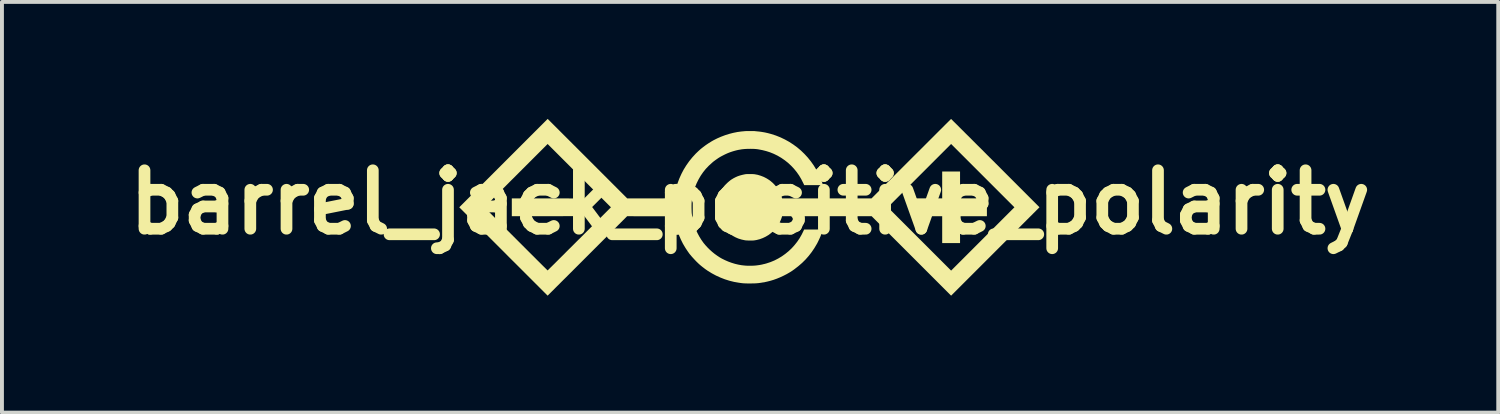
<source format=kicad_pcb>
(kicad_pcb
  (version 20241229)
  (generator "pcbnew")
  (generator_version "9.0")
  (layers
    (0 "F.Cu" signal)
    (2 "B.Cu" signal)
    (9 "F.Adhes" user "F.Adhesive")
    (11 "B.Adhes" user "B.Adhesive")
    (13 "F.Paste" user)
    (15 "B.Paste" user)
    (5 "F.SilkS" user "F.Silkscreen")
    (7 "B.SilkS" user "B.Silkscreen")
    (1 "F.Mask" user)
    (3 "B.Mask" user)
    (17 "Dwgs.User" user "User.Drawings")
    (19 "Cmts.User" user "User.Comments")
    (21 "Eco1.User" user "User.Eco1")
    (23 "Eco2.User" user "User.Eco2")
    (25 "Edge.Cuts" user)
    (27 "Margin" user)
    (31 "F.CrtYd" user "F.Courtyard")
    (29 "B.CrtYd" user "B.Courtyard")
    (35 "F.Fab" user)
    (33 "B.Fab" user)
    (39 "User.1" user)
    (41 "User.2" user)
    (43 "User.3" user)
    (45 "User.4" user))
  (footprint "barrel_jack_positive_polarity"
    (layer "F.Cu")
    (at 16.193 2.14)
    (property "Reference" "barrel_jack_positive_polarity" (at 0 0 0) (layer "F.SilkS") (effects (font (size 1.5 1.5) (thickness 0.3))))
    (attr board_only exclude_from_pos_files exclude_from_bom)
    (fp_poly (pts (xy -5.194 -0.1) (xy -4.275 -0.099) (xy -4.275 0.128) (xy -4.275 0.355) (xy -5.194 0.356) (xy -6.113 0.357) (xy -6.113 0.128) (xy -6.113 -0.101)) (stroke (width 0) (type solid)) (fill yes) (layer "F.SilkS"))
    (fp_poly (pts (xy 5.386 -0.445) (xy 5.386 -0.101) (xy 5.73 -0.101) (xy 6.075 -0.101) (xy 6.075 0.128) (xy 6.075 0.357) (xy 5.73 0.357) (xy 5.386 0.357) (xy 5.386 0.702) (xy 5.386 1.046) (xy 5.157 1.046) (xy 4.928 1.046) (xy 4.928 0.702) (xy 4.928 0.357) (xy 4.583 0.357) (xy 4.239 0.357) (xy 4.239 0.128) (xy 4.239 -0.101) (xy 4.583 -0.101) (xy 4.928 -0.101) (xy 4.928 -0.445) (xy 4.928 -0.79) (xy 5.157 -0.79) (xy 5.386 -0.79)) (stroke (width 0) (type solid)) (fill yes) (layer "F.SilkS"))
    (fp_poly (pts (xy 5.159 -2.135) (xy 5.168 -2.127) (xy 5.183 -2.113) (xy 5.202 -2.093) (xy 5.227 -2.068) (xy 5.257 -2.039) (xy 5.292 -2.004) (xy 5.331 -1.966) (xy 5.374 -1.922) (xy 5.421 -1.875) (xy 5.473 -1.824) (xy 5.527 -1.769) (xy 5.586 -1.711) (xy 5.648 -1.649) (xy 5.713 -1.584) (xy 5.78 -1.517) (xy 5.851 -1.446) (xy 5.924 -1.374) (xy 5.999 -1.299) (xy 6.076 -1.221) (xy 6.155 -1.142) (xy 6.236 -1.062) (xy 6.292 -1.006) (xy 7.424 0.127) (xy 6.291 1.261) (xy 5.157 2.395) (xy 4.138 1.376) (xy 3.119 0.357) (xy 1.97 0.357) (xy 0.821 0.357) (xy 0.807 0.401) (xy 0.795 0.435) (xy 0.779 0.473) (xy 0.76 0.513) (xy 0.739 0.551) (xy 0.719 0.586) (xy 0.708 0.603) (xy 0.657 0.671) (xy 0.6 0.733) (xy 0.538 0.789) (xy 0.472 0.839) (xy 0.401 0.881) (xy 0.326 0.917) (xy 0.248 0.946) (xy 0.167 0.967) (xy 0.1 0.978) (xy 0.079 0.979) (xy 0.052 0.981) (xy 0.02 0.981) (xy -0.013 0.981) (xy -0.047 0.98) (xy -0.079 0.979) (xy -0.108 0.977) (xy -0.131 0.974) (xy -0.137 0.973) (xy -0.22 0.955) (xy -0.301 0.93) (xy -0.377 0.897) (xy -0.45 0.857) (xy -0.518 0.811) (xy -0.581 0.758) (xy -0.639 0.7) (xy -0.692 0.636) (xy -0.738 0.566) (xy -0.767 0.512) (xy -0.802 0.435) (xy -0.828 0.359) (xy -0.846 0.281) (xy -0.856 0.201) (xy -0.859 0.128) (xy -0.859 0.128) (xy 3.533 0.128) (xy 4.345 0.94) (xy 5.157 1.752) (xy 5.969 0.94) (xy 6.781 0.128) (xy 5.969 -0.684) (xy 5.157 -1.496) (xy 4.345 -0.684) (xy 3.533 0.128) (xy -0.859 0.128) (xy -0.855 0.043) (xy -0.842 -0.04) (xy -0.822 -0.121) (xy -0.794 -0.2) (xy -0.757 -0.276) (xy -0.714 -0.349) (xy -0.681 -0.395) (xy -0.653 -0.43) (xy -0.618 -0.466) (xy -0.58 -0.503) (xy -0.541 -0.537) (xy -0.502 -0.568) (xy -0.481 -0.583) (xy -0.427 -0.616) (xy -0.373 -0.644) (xy -0.317 -0.669) (xy -0.257 -0.689) (xy -0.192 -0.706) (xy -0.122 -0.721) (xy -0.108 -0.722) (xy -0.087 -0.724) (xy -0.061 -0.725) (xy -0.032 -0.725) (xy -0.001 -0.725) (xy 0.03 -0.725) (xy 0.059 -0.724) (xy 0.085 -0.723) (xy 0.106 -0.721) (xy 0.116 -0.72) (xy 0.196 -0.705) (xy 0.274 -0.681) (xy 0.351 -0.651) (xy 0.423 -0.614) (xy 0.491 -0.571) (xy 0.521 -0.549) (xy 0.583 -0.496) (xy 0.64 -0.437) (xy 0.69 -0.373) (xy 0.735 -0.305) (xy 0.772 -0.234) (xy 0.802 -0.16) (xy 0.805 -0.15) (xy 0.821 -0.101) (xy 1.969 -0.101) (xy 3.116 -0.101) (xy 4.135 -1.12) (xy 4.212 -1.197) (xy 4.288 -1.273) (xy 4.363 -1.347) (xy 4.435 -1.419) (xy 4.505 -1.489) (xy 4.573 -1.557) (xy 4.638 -1.622) (xy 4.7 -1.684) (xy 4.759 -1.743) (xy 4.815 -1.799) (xy 4.868 -1.852) (xy 4.917 -1.9) (xy 4.962 -1.945) (xy 5.002 -1.986) (xy 5.039 -2.022) (xy 5.071 -2.054) (xy 5.098 -2.081) (xy 5.121 -2.103) (xy 5.138 -2.12) (xy 5.149 -2.132) (xy 5.155 -2.138) (xy 5.156 -2.138)) (stroke (width 0) (type solid)) (fill yes) (layer "F.SilkS"))
    (fp_poly (pts (xy -4.173 -1.121) (xy -3.153 -0.101) (xy -2.551 -0.101) (xy -2.481 -0.101) (xy -2.413 -0.101) (xy -2.348 -0.101) (xy -2.285 -0.101) (xy -2.227 -0.101) (xy -2.173 -0.102) (xy -2.124 -0.102) (xy -2.079 -0.102) (xy -2.041 -0.102) (xy -2.008 -0.103) (xy -1.982 -0.103) (xy -1.963 -0.103) (xy -1.951 -0.104) (xy -1.948 -0.104) (xy -1.946 -0.11) (xy -1.945 -0.121) (xy -1.943 -0.13) (xy -1.942 -0.145) (xy -1.94 -0.159) (xy -1.939 -0.164) (xy -1.937 -0.175) (xy -1.935 -0.189) (xy -1.935 -0.19) (xy -1.931 -0.211) (xy -1.926 -0.238) (xy -1.92 -0.269) (xy -1.913 -0.301) (xy -1.905 -0.332) (xy -1.898 -0.361) (xy -1.897 -0.368) (xy -1.86 -0.491) (xy -1.815 -0.611) (xy -1.763 -0.727) (xy -1.704 -0.84) (xy -1.637 -0.948) (xy -1.563 -1.053) (xy -1.482 -1.153) (xy -1.393 -1.25) (xy -1.321 -1.319) (xy -1.265 -1.369) (xy -1.203 -1.418) (xy -1.136 -1.468) (xy -1.066 -1.515) (xy -0.994 -1.56) (xy -0.938 -1.592) (xy -0.843 -1.64) (xy -0.744 -1.683) (xy -0.641 -1.722) (xy -0.536 -1.755) (xy -0.431 -1.782) (xy -0.327 -1.803) (xy -0.225 -1.817) (xy -0.179 -1.821) (xy -0.16 -1.823) (xy -0.143 -1.824) (xy -0.131 -1.826) (xy -0.13 -1.826) (xy -0.122 -1.826) (xy -0.107 -1.827) (xy -0.087 -1.827) (xy -0.062 -1.828) (xy -0.035 -1.828) (xy -0.006 -1.828) (xy 0.023 -1.828) (xy 0.051 -1.828) (xy 0.076 -1.827) (xy 0.097 -1.827) (xy 0.113 -1.827) (xy 0.123 -1.826) (xy 0.124 -1.826) (xy 0.132 -1.825) (xy 0.146 -1.823) (xy 0.163 -1.822) (xy 0.166 -1.821) (xy 0.201 -1.818) (xy 0.239 -1.814) (xy 0.277 -1.809) (xy 0.31 -1.804) (xy 0.331 -1.8) (xy 0.34 -1.799) (xy 0.352 -1.797) (xy 0.357 -1.796) (xy 0.379 -1.792) (xy 0.406 -1.786) (xy 0.437 -1.779) (xy 0.471 -1.771) (xy 0.504 -1.762) (xy 0.534 -1.754) (xy 0.541 -1.752) (xy 0.662 -1.713) (xy 0.779 -1.666) (xy 0.892 -1.612) (xy 1.002 -1.551) (xy 1.107 -1.483) (xy 1.208 -1.409) (xy 1.304 -1.328) (xy 1.394 -1.241) (xy 1.479 -1.149) (xy 1.558 -1.051) (xy 1.631 -0.948) (xy 1.697 -0.84) (xy 1.73 -0.781) (xy 1.75 -0.74) (xy 1.772 -0.696) (xy 1.792 -0.649) (xy 1.812 -0.603) (xy 1.83 -0.558) (xy 1.845 -0.517) (xy 1.857 -0.481) (xy 1.858 -0.479) (xy 1.862 -0.464) (xy 1.866 -0.453) (xy 1.867 -0.446) (xy 1.866 -0.445) (xy 1.862 -0.444) (xy 1.853 -0.443) (xy 1.839 -0.443) (xy 1.82 -0.442) (xy 1.796 -0.442) (xy 1.765 -0.441) (xy 1.728 -0.441) (xy 1.683 -0.441) (xy 1.631 -0.441) (xy 1.628 -0.441) (xy 1.388 -0.441) (xy 1.365 -0.49) (xy 1.314 -0.591) (xy 1.258 -0.686) (xy 1.195 -0.776) (xy 1.125 -0.862) (xy 1.054 -0.937) (xy 0.975 -1.011) (xy 0.889 -1.079) (xy 0.799 -1.141) (xy 0.705 -1.196) (xy 0.607 -1.244) (xy 0.51 -1.283) (xy 0.417 -1.313) (xy 0.319 -1.338) (xy 0.215 -1.358) (xy 0.181 -1.363) (xy 0.144 -1.367) (xy 0.102 -1.37) (xy 0.056 -1.371) (xy 0.006 -1.372) (xy -0.044 -1.371) (xy -0.093 -1.37) (xy -0.14 -1.367) (xy -0.182 -1.363) (xy -0.218 -1.359) (xy -0.229 -1.357) (xy -0.245 -1.354) (xy -0.26 -1.351) (xy -0.265 -1.351) (xy -0.308 -1.343) (xy -0.356 -1.332) (xy -0.408 -1.318) (xy -0.461 -1.302) (xy -0.514 -1.284) (xy -0.54 -1.274) (xy -0.571 -1.262) (xy -0.607 -1.246) (xy -0.646 -1.228) (xy -0.685 -1.208) (xy -0.724 -1.188) (xy -0.759 -1.169) (xy -0.79 -1.151) (xy -0.799 -1.145) (xy -0.817 -1.134) (xy -0.838 -1.119) (xy -0.861 -1.103) (xy -0.884 -1.087) (xy -0.905 -1.071) (xy -0.925 -1.057) (xy -0.94 -1.045) (xy -0.95 -1.037) (xy -0.95 -1.037) (xy -0.956 -1.032) (xy -0.966 -1.023) (xy -0.979 -1.012) (xy -0.983 -1.008) (xy -1.063 -0.935) (xy -1.138 -0.856) (xy -1.206 -0.771) (xy -1.268 -0.681) (xy -1.323 -0.586) (xy -1.372 -0.487) (xy -1.414 -0.384) (xy -1.448 -0.278) (xy -1.461 -0.229) (xy -1.471 -0.186) (xy -1.48 -0.136) (xy -1.489 -0.082) (xy -1.497 -0.023) (xy -1.498 -0.011) (xy -1.5 0.011) (xy -1.501 0.038) (xy -1.502 0.071) (xy -1.502 0.107) (xy -1.502 0.144) (xy -1.501 0.182) (xy -1.5 0.218) (xy -1.499 0.252) (xy -1.497 0.28) (xy -1.494 0.302) (xy -1.493 0.308) (xy -1.492 0.318) (xy -1.49 0.331) (xy -1.489 0.338) (xy -1.475 0.426) (xy -1.454 0.517) (xy -1.425 0.608) (xy -1.391 0.699) (xy -1.351 0.788) (xy -1.305 0.874) (xy -1.255 0.956) (xy -1.217 1.01) (xy -1.205 1.027) (xy -1.194 1.042) (xy -1.186 1.053) (xy -1.181 1.058) (xy -1.181 1.059) (xy -1.177 1.063) (xy -1.169 1.072) (xy -1.159 1.084) (xy -1.147 1.099) (xy -1.096 1.155) (xy -1.039 1.212) (xy -0.977 1.268) (xy -0.912 1.321) (xy -0.844 1.37) (xy -0.777 1.414) (xy -0.723 1.445) (xy -0.642 1.485) (xy -0.559 1.521) (xy -0.474 1.552) (xy -0.389 1.578) (xy -0.306 1.598) (xy -0.224 1.613) (xy -0.173 1.619) (xy -0.153 1.621) (xy -0.132 1.623) (xy -0.121 1.624) (xy -0.108 1.625) (xy -0.089 1.626) (xy -0.066 1.627) (xy -0.039 1.627) (xy -0.011 1.627) (xy -0.011 1.627) (xy 0.035 1.627) (xy 0.075 1.626) (xy 0.112 1.624) (xy 0.149 1.621) (xy 0.189 1.616) (xy 0.232 1.61) (xy 0.256 1.606) (xy 0.272 1.603) (xy 0.294 1.599) (xy 0.32 1.593) (xy 0.348 1.586) (xy 0.376 1.58) (xy 0.401 1.573) (xy 0.422 1.567) (xy 0.525 1.533) (xy 0.626 1.491) (xy 0.723 1.441) (xy 0.816 1.385) (xy 0.904 1.322) (xy 0.989 1.253) (xy 1.068 1.178) (xy 1.141 1.097) (xy 1.209 1.011) (xy 1.271 0.92) (xy 1.325 0.825) (xy 1.359 0.756) (xy 1.386 0.699) (xy 1.627 0.698) (xy 1.869 0.697) (xy 1.865 0.709) (xy 1.848 0.762) (xy 1.827 0.819) (xy 1.803 0.88) (xy 1.776 0.94) (xy 1.748 0.999) (xy 1.72 1.055) (xy 1.713 1.067) (xy 1.649 1.175) (xy 1.579 1.278) (xy 1.504 1.375) (xy 1.422 1.468) (xy 1.334 1.555) (xy 1.238 1.638) (xy 1.136 1.717) (xy 1.086 1.753) (xy 1.015 1.798) (xy 0.939 1.842) (xy 0.857 1.884) (xy 0.773 1.923) (xy 0.688 1.958) (xy 0.602 1.989) (xy 0.519 2.014) (xy 0.439 2.034) (xy 0.426 2.037) (xy 0.407 2.041) (xy 0.392 2.044) (xy 0.381 2.047) (xy 0.378 2.048) (xy 0.37 2.05) (xy 0.358 2.052) (xy 0.355 2.052) (xy 0.344 2.054) (xy 0.327 2.056) (xy 0.307 2.059) (xy 0.288 2.063) (xy 0.25 2.068) (xy 0.214 2.073) (xy 0.178 2.076) (xy 0.14 2.079) (xy 0.1 2.08) (xy 0.054 2.081) (xy 0.003 2.082) (xy -0.008 2.082) (xy -0.052 2.082) (xy -0.089 2.081) (xy -0.122 2.08) (xy -0.151 2.079) (xy -0.179 2.077) (xy -0.208 2.074) (xy -0.24 2.07) (xy -0.275 2.065) (xy -0.295 2.062) (xy -0.414 2.041) (xy -0.531 2.012) (xy -0.648 1.975) (xy -0.763 1.93) (xy -0.875 1.879) (xy -0.983 1.821) (xy -1.087 1.757) (xy -1.153 1.711) (xy -1.174 1.695) (xy -1.197 1.677) (xy -1.222 1.658) (xy -1.247 1.638) (xy -1.271 1.618) (xy -1.291 1.601) (xy -1.308 1.586) (xy -1.317 1.578) (xy -1.324 1.571) (xy -1.335 1.561) (xy -1.349 1.547) (xy -1.359 1.538) (xy -1.382 1.515) (xy -1.409 1.487) (xy -1.437 1.457) (xy -1.465 1.426) (xy -1.492 1.397) (xy -1.514 1.37) (xy -1.517 1.367) (xy -1.529 1.352) (xy -1.54 1.34) (xy -1.547 1.331) (xy -1.55 1.328) (xy -1.555 1.322) (xy -1.563 1.311) (xy -1.574 1.295) (xy -1.588 1.276) (xy -1.603 1.254) (xy -1.618 1.232) (xy -1.633 1.209) (xy -1.647 1.189) (xy -1.658 1.171) (xy -1.66 1.168) (xy -1.723 1.062) (xy -1.778 0.951) (xy -1.827 0.836) (xy -1.869 0.719) (xy -1.903 0.599) (xy -1.929 0.478) (xy -1.939 0.42) (xy -1.948 0.359) (xy -2.551 0.358) (xy -3.155 0.357) (xy -4.174 1.376) (xy -4.251 1.453) (xy -4.327 1.529) (xy -4.401 1.603) (xy -4.474 1.676) (xy -4.544 1.746) (xy -4.611 1.813) (xy -4.676 1.878) (xy -4.738 1.94) (xy -4.798 1.999) (xy -4.854 2.055) (xy -4.906 2.108) (xy -4.955 2.156) (xy -5 2.201) (xy -5.04 2.242) (xy -5.077 2.278) (xy -5.109 2.31) (xy -5.136 2.337) (xy -5.158 2.359) (xy -5.175 2.376) (xy -5.187 2.388) (xy -5.193 2.394) (xy -5.194 2.395) (xy -5.197 2.392) (xy -5.205 2.383) (xy -5.22 2.369) (xy -5.239 2.349) (xy -5.264 2.325) (xy -5.294 2.295) (xy -5.328 2.261) (xy -5.367 2.222) (xy -5.41 2.179) (xy -5.457 2.131) (xy -5.509 2.08) (xy -5.564 2.025) (xy -5.622 1.967) (xy -5.684 1.905) (xy -5.748 1.841) (xy -5.816 1.773) (xy -5.886 1.703) (xy -5.959 1.63) (xy -6.034 1.555) (xy -6.112 1.478) (xy -6.191 1.399) (xy -6.271 1.318) (xy -6.328 1.261) (xy -7.461 0.128) (xy -7.46 0.127) (xy -6.814 0.127) (xy -6.811 0.13) (xy -6.803 0.139) (xy -6.789 0.153) (xy -6.77 0.173) (xy -6.746 0.197) (xy -6.718 0.225) (xy -6.685 0.258) (xy -6.649 0.295) (xy -6.609 0.335) (xy -6.566 0.378) (xy -6.52 0.425) (xy -6.471 0.474) (xy -6.419 0.525) (xy -6.366 0.579) (xy -6.311 0.634) (xy -6.254 0.691) (xy -6.196 0.749) (xy -6.137 0.808) (xy -6.077 0.868) (xy -6.017 0.928) (xy -5.957 0.988) (xy -5.897 1.048) (xy -5.838 1.107) (xy -5.779 1.166) (xy -5.722 1.223) (xy -5.666 1.279) (xy -5.612 1.333) (xy -5.559 1.385) (xy -5.509 1.435) (xy -5.462 1.483) (xy -5.417 1.527) (xy -5.376 1.568) (xy -5.338 1.606) (xy -5.304 1.64) (xy -5.274 1.669) (xy -5.248 1.695) (xy -5.227 1.716) (xy -5.211 1.731) (xy -5.201 1.742) (xy -5.195 1.747) (xy -5.195 1.747) (xy -5.191 1.744) (xy -5.182 1.736) (xy -5.168 1.722) (xy -5.148 1.702) (xy -5.124 1.678) (xy -5.094 1.649) (xy -5.061 1.616) (xy -5.022 1.578) (xy -4.98 1.536) (xy -4.935 1.491) (xy -4.885 1.441) (xy -4.833 1.389) (xy -4.777 1.334) (xy -4.719 1.275) (xy -4.658 1.214) (xy -4.594 1.151) (xy -4.529 1.086) (xy -4.462 1.019) (xy -4.393 0.95) (xy -4.38 0.938) (xy -3.57 0.128) (xy -4.382 -0.684) (xy -5.194 -1.496) (xy -6.004 -0.686) (xy -6.073 -0.617) (xy -6.141 -0.55) (xy -6.206 -0.484) (xy -6.27 -0.42) (xy -6.331 -0.359) (xy -6.39 -0.3) (xy -6.446 -0.244) (xy -6.499 -0.191) (xy -6.549 -0.141) (xy -6.595 -0.095) (xy -6.637 -0.052) (xy -6.676 -0.013) (xy -6.71 0.021) (xy -6.74 0.052) (xy -6.765 0.077) (xy -6.785 0.097) (xy -6.8 0.113) (xy -6.81 0.123) (xy -6.814 0.127) (xy -6.814 0.127) (xy -7.46 0.127) (xy -6.327 -1.006) (xy -5.193 -2.14)) (stroke (width 0) (type solid)) (fill yes) (layer "F.SilkS")))
  (gr_rect
    (start -3 -3)
    (end 35.386 7.535)
    (stroke (width 0.1) (type default))
    (fill no)
    (layer "Edge.Cuts")))
</source>
